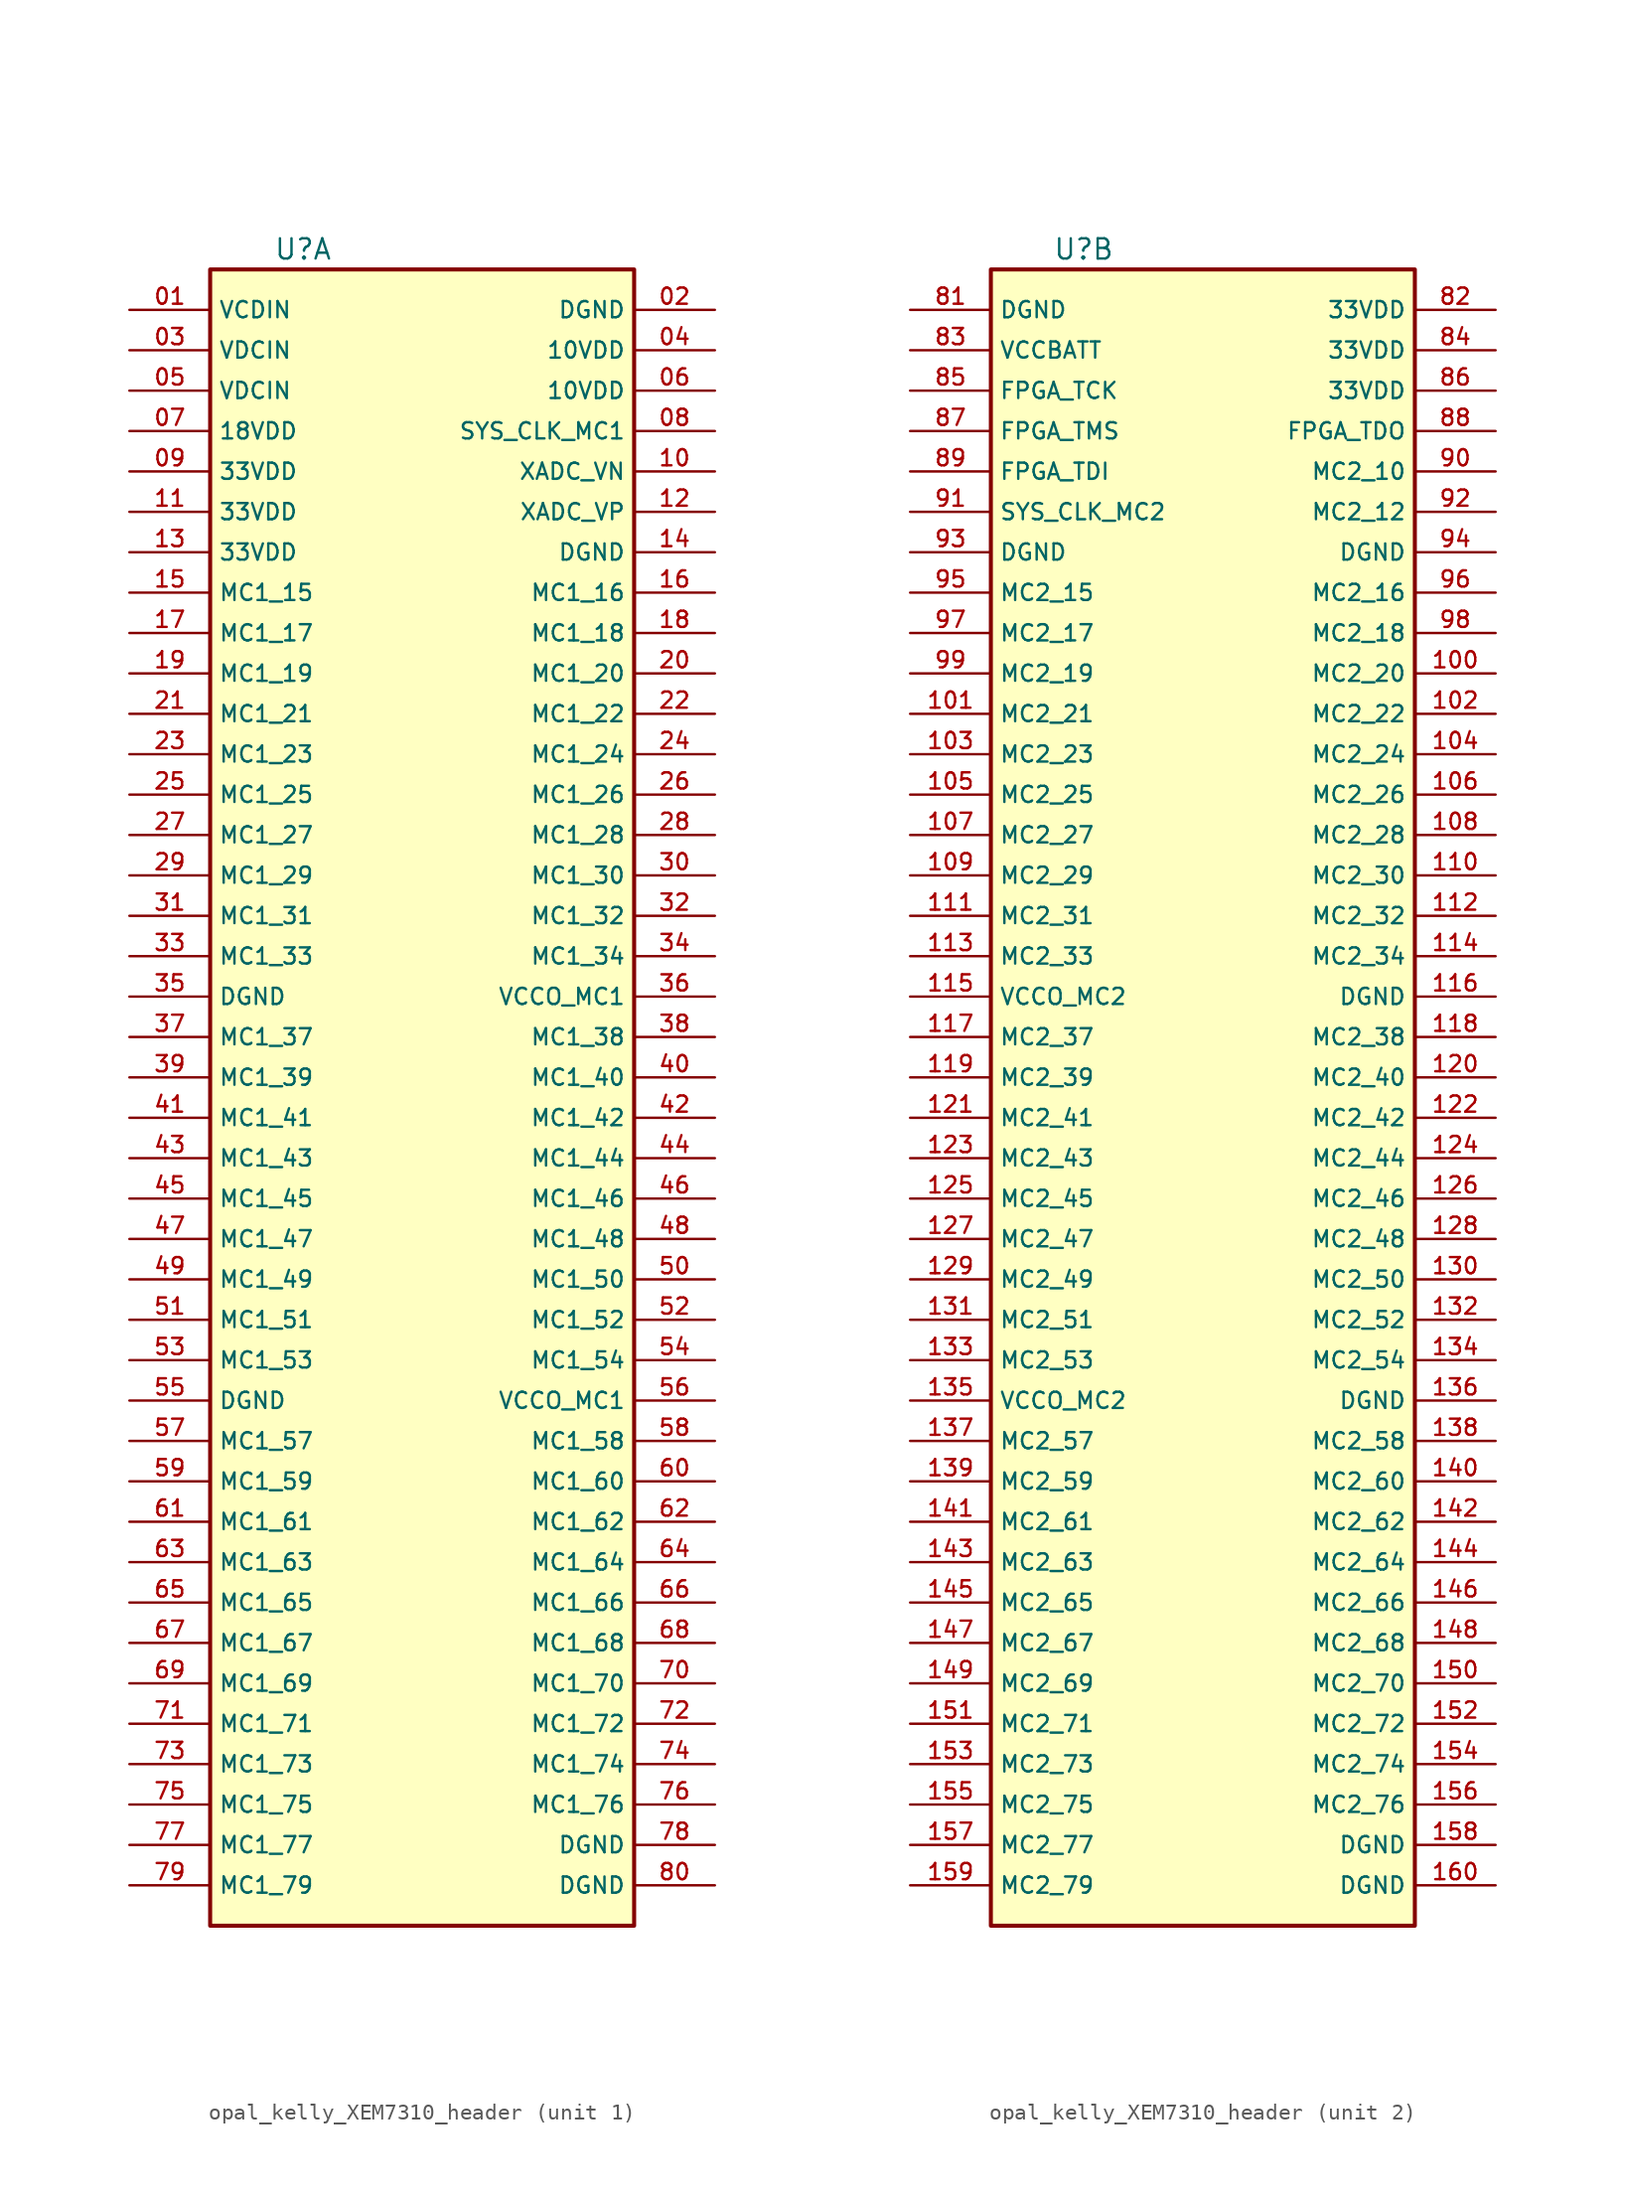
<source format=kicad_sym>
(kicad_symbol_lib
  (version 20231120)
  (generator "kicad_symbol_editor")
  (generator_version "8.0")
  (symbol "opal_kelly_XEM7310_header"
    (property "Reference" "U"
      (at -6.858 52.07 0)
      (effects (font (size 1.27 1.27))))
    (property "Value" ""
      (at 12.7 0 0)
      (effects (font (size 1.27 1.27))))
    (property "ki_locked" ""
      (at 0 0 0)
      (effects (font (size 1.27 1.27))))
    (symbol "opal_kelly_XEM7310_header_0_0"
      (rectangle (start -12.7 50.8) (end 13.97 -53.34) (stroke (width 0.254) (type default)) (fill (type background))))
    (symbol "opal_kelly_XEM7310_header_1_0"
      (pin passive line (at -17.78 48.26 0) (length 5.08) (name "VCDIN" (effects (font (size 1.016 1.016)))) (number "01" (effects (font (size 1.016 1.016)))))
      (pin passive line (at 19.05 48.26 180) (length 5.08) (name "DGND" (effects (font (size 1.016 1.016)))) (number "02" (effects (font (size 1.016 1.016)))))
      (pin passive line (at -17.78 45.72 0) (length 5.08) (name "VDCIN" (effects (font (size 1.016 1.016)))) (number "03" (effects (font (size 1.016 1.016)))))
      (pin passive line (at 19.05 45.72 180) (length 5.08) (name "10VDD" (effects (font (size 1.016 1.016)))) (number "04" (effects (font (size 1.016 1.016)))))
      (pin passive line (at -17.78 43.18 0) (length 5.08) (name "VDCIN" (effects (font (size 1.016 1.016)))) (number "05" (effects (font (size 1.016 1.016)))))
      (pin passive line (at 19.05 43.18 180) (length 5.08) (name "10VDD" (effects (font (size 1.016 1.016)))) (number "06" (effects (font (size 1.016 1.016)))))
      (pin passive line (at -17.78 40.64 0) (length 5.08) (name "18VDD" (effects (font (size 1.016 1.016)))) (number "07" (effects (font (size 1.016 1.016)))))
      (pin passive line (at 19.05 40.64 180) (length 5.08) (name "SYS_CLK_MC1" (effects (font (size 1.016 1.016)))) (number "08" (effects (font (size 1.016 1.016)))))
      (pin passive line (at -17.78 38.1 0) (length 5.08) (name "33VDD" (effects (font (size 1.016 1.016)))) (number "09" (effects (font (size 1.016 1.016)))))
      (pin passive line (at 19.05 38.1 180) (length 5.08) (name "XADC_VN" (effects (font (size 1.016 1.016)))) (number "10" (effects (font (size 1.016 1.016)))))
      (pin passive line (at -17.78 35.56 0) (length 5.08) (name "33VDD" (effects (font (size 1.016 1.016)))) (number "11" (effects (font (size 1.016 1.016)))))
      (pin passive line (at 19.05 35.56 180) (length 5.08) (name "XADC_VP" (effects (font (size 1.016 1.016)))) (number "12" (effects (font (size 1.016 1.016)))))
      (pin passive line (at -17.78 33.02 0) (length 5.08) (name "33VDD" (effects (font (size 1.016 1.016)))) (number "13" (effects (font (size 1.016 1.016)))))
      (pin passive line (at 19.05 33.02 180) (length 5.08) (name "DGND" (effects (font (size 1.016 1.016)))) (number "14" (effects (font (size 1.016 1.016)))))
      (pin passive line (at -17.78 30.48 0) (length 5.08) (name "MC1_15" (effects (font (size 1.016 1.016)))) (number "15" (effects (font (size 1.016 1.016)))))
      (pin passive line (at 19.05 30.48 180) (length 5.08) (name "MC1_16" (effects (font (size 1.016 1.016)))) (number "16" (effects (font (size 1.016 1.016)))))
      (pin passive line (at -17.78 27.94 0) (length 5.08) (name "MC1_17" (effects (font (size 1.016 1.016)))) (number "17" (effects (font (size 1.016 1.016)))))
      (pin passive line (at 19.05 27.94 180) (length 5.08) (name "MC1_18" (effects (font (size 1.016 1.016)))) (number "18" (effects (font (size 1.016 1.016)))))
      (pin passive line (at -17.78 25.4 0) (length 5.08) (name "MC1_19" (effects (font (size 1.016 1.016)))) (number "19" (effects (font (size 1.016 1.016)))))
      (pin passive line (at 19.05 25.4 180) (length 5.08) (name "MC1_20" (effects (font (size 1.016 1.016)))) (number "20" (effects (font (size 1.016 1.016)))))
      (pin passive line (at -17.78 22.86 0) (length 5.08) (name "MC1_21" (effects (font (size 1.016 1.016)))) (number "21" (effects (font (size 1.016 1.016)))))
      (pin passive line (at 19.05 22.86 180) (length 5.08) (name "MC1_22" (effects (font (size 1.016 1.016)))) (number "22" (effects (font (size 1.016 1.016)))))
      (pin passive line (at -17.78 20.32 0) (length 5.08) (name "MC1_23" (effects (font (size 1.016 1.016)))) (number "23" (effects (font (size 1.016 1.016)))))
      (pin passive line (at 19.05 20.32 180) (length 5.08) (name "MC1_24" (effects (font (size 1.016 1.016)))) (number "24" (effects (font (size 1.016 1.016)))))
      (pin passive line (at -17.78 17.78 0) (length 5.08) (name "MC1_25" (effects (font (size 1.016 1.016)))) (number "25" (effects (font (size 1.016 1.016)))))
      (pin passive line (at 19.05 17.78 180) (length 5.08) (name "MC1_26" (effects (font (size 1.016 1.016)))) (number "26" (effects (font (size 1.016 1.016)))))
      (pin passive line (at -17.78 15.24 0) (length 5.08) (name "MC1_27" (effects (font (size 1.016 1.016)))) (number "27" (effects (font (size 1.016 1.016)))))
      (pin passive line (at 19.05 15.24 180) (length 5.08) (name "MC1_28" (effects (font (size 1.016 1.016)))) (number "28" (effects (font (size 1.016 1.016)))))
      (pin passive line (at -17.78 12.7 0) (length 5.08) (name "MC1_29" (effects (font (size 1.016 1.016)))) (number "29" (effects (font (size 1.016 1.016)))))
      (pin passive line (at 19.05 12.7 180) (length 5.08) (name "MC1_30" (effects (font (size 1.016 1.016)))) (number "30" (effects (font (size 1.016 1.016)))))
      (pin passive line (at -17.78 10.16 0) (length 5.08) (name "MC1_31" (effects (font (size 1.016 1.016)))) (number "31" (effects (font (size 1.016 1.016)))))
      (pin passive line (at 19.05 10.16 180) (length 5.08) (name "MC1_32" (effects (font (size 1.016 1.016)))) (number "32" (effects (font (size 1.016 1.016)))))
      (pin passive line (at -17.78 7.62 0) (length 5.08) (name "MC1_33" (effects (font (size 1.016 1.016)))) (number "33" (effects (font (size 1.016 1.016)))))
      (pin passive line (at 19.05 7.62 180) (length 5.08) (name "MC1_34" (effects (font (size 1.016 1.016)))) (number "34" (effects (font (size 1.016 1.016)))))
      (pin passive line (at -17.78 5.08 0) (length 5.08) (name "DGND" (effects (font (size 1.016 1.016)))) (number "35" (effects (font (size 1.016 1.016)))))
      (pin passive line (at 19.05 5.08 180) (length 5.08) (name "VCCO_MC1" (effects (font (size 1.016 1.016)))) (number "36" (effects (font (size 1.016 1.016)))))
      (pin passive line (at -17.78 2.54 0) (length 5.08) (name "MC1_37" (effects (font (size 1.016 1.016)))) (number "37" (effects (font (size 1.016 1.016)))))
      (pin passive line (at 19.05 2.54 180) (length 5.08) (name "MC1_38" (effects (font (size 1.016 1.016)))) (number "38" (effects (font (size 1.016 1.016)))))
      (pin passive line (at -17.78 0 0) (length 5.08) (name "MC1_39" (effects (font (size 1.016 1.016)))) (number "39" (effects (font (size 1.016 1.016)))))
      (pin passive line (at 19.05 0 180) (length 5.08) (name "MC1_40" (effects (font (size 1.016 1.016)))) (number "40" (effects (font (size 1.016 1.016)))))
      (pin passive line (at -17.78 -2.54 0) (length 5.08) (name "MC1_41" (effects (font (size 1.016 1.016)))) (number "41" (effects (font (size 1.016 1.016)))))
      (pin passive line (at 19.05 -2.54 180) (length 5.08) (name "MC1_42" (effects (font (size 1.016 1.016)))) (number "42" (effects (font (size 1.016 1.016)))))
      (pin passive line (at -17.78 -5.08 0) (length 5.08) (name "MC1_43" (effects (font (size 1.016 1.016)))) (number "43" (effects (font (size 1.016 1.016)))))
      (pin passive line (at 19.05 -5.08 180) (length 5.08) (name "MC1_44" (effects (font (size 1.016 1.016)))) (number "44" (effects (font (size 1.016 1.016)))))
      (pin passive line (at -17.78 -7.62 0) (length 5.08) (name "MC1_45" (effects (font (size 1.016 1.016)))) (number "45" (effects (font (size 1.016 1.016)))))
      (pin passive line (at 19.05 -7.62 180) (length 5.08) (name "MC1_46" (effects (font (size 1.016 1.016)))) (number "46" (effects (font (size 1.016 1.016)))))
      (pin passive line (at -17.78 -10.16 0) (length 5.08) (name "MC1_47" (effects (font (size 1.016 1.016)))) (number "47" (effects (font (size 1.016 1.016)))))
      (pin passive line (at 19.05 -10.16 180) (length 5.08) (name "MC1_48" (effects (font (size 1.016 1.016)))) (number "48" (effects (font (size 1.016 1.016)))))
      (pin passive line (at -17.78 -12.7 0) (length 5.08) (name "MC1_49" (effects (font (size 1.016 1.016)))) (number "49" (effects (font (size 1.016 1.016)))))
      (pin passive line (at 19.05 -12.7 180) (length 5.08) (name "MC1_50" (effects (font (size 1.016 1.016)))) (number "50" (effects (font (size 1.016 1.016)))))
      (pin passive line (at -17.78 -15.24 0) (length 5.08) (name "MC1_51" (effects (font (size 1.016 1.016)))) (number "51" (effects (font (size 1.016 1.016)))))
      (pin passive line (at 19.05 -15.24 180) (length 5.08) (name "MC1_52" (effects (font (size 1.016 1.016)))) (number "52" (effects (font (size 1.016 1.016)))))
      (pin passive line (at -17.78 -17.78 0) (length 5.08) (name "MC1_53" (effects (font (size 1.016 1.016)))) (number "53" (effects (font (size 1.016 1.016)))))
      (pin passive line (at 19.05 -17.78 180) (length 5.08) (name "MC1_54" (effects (font (size 1.016 1.016)))) (number "54" (effects (font (size 1.016 1.016)))))
      (pin passive line (at -17.78 -20.32 0) (length 5.08) (name "DGND" (effects (font (size 1.016 1.016)))) (number "55" (effects (font (size 1.016 1.016)))))
      (pin passive line (at 19.05 -20.32 180) (length 5.08) (name "VCCO_MC1" (effects (font (size 1.016 1.016)))) (number "56" (effects (font (size 1.016 1.016)))))
      (pin passive line (at -17.78 -22.86 0) (length 5.08) (name "MC1_57" (effects (font (size 1.016 1.016)))) (number "57" (effects (font (size 1.016 1.016)))))
      (pin passive line (at 19.05 -22.86 180) (length 5.08) (name "MC1_58" (effects (font (size 1.016 1.016)))) (number "58" (effects (font (size 1.016 1.016)))))
      (pin passive line (at -17.78 -25.4 0) (length 5.08) (name "MC1_59" (effects (font (size 1.016 1.016)))) (number "59" (effects (font (size 1.016 1.016)))))
      (pin passive line (at 19.05 -25.4 180) (length 5.08) (name "MC1_60" (effects (font (size 1.016 1.016)))) (number "60" (effects (font (size 1.016 1.016)))))
      (pin passive line (at -17.78 -27.94 0) (length 5.08) (name "MC1_61" (effects (font (size 1.016 1.016)))) (number "61" (effects (font (size 1.016 1.016)))))
      (pin passive line (at 19.05 -27.94 180) (length 5.08) (name "MC1_62" (effects (font (size 1.016 1.016)))) (number "62" (effects (font (size 1.016 1.016)))))
      (pin passive line (at -17.78 -30.48 0) (length 5.08) (name "MC1_63" (effects (font (size 1.016 1.016)))) (number "63" (effects (font (size 1.016 1.016)))))
      (pin passive line (at 19.05 -30.48 180) (length 5.08) (name "MC1_64" (effects (font (size 1.016 1.016)))) (number "64" (effects (font (size 1.016 1.016)))))
      (pin passive line (at -17.78 -33.02 0) (length 5.08) (name "MC1_65" (effects (font (size 1.016 1.016)))) (number "65" (effects (font (size 1.016 1.016)))))
      (pin passive line (at 19.05 -33.02 180) (length 5.08) (name "MC1_66" (effects (font (size 1.016 1.016)))) (number "66" (effects (font (size 1.016 1.016)))))
      (pin passive line (at -17.78 -35.56 0) (length 5.08) (name "MC1_67" (effects (font (size 1.016 1.016)))) (number "67" (effects (font (size 1.016 1.016)))))
      (pin passive line (at 19.05 -35.56 180) (length 5.08) (name "MC1_68" (effects (font (size 1.016 1.016)))) (number "68" (effects (font (size 1.016 1.016)))))
      (pin passive line (at -17.78 -38.1 0) (length 5.08) (name "MC1_69" (effects (font (size 1.016 1.016)))) (number "69" (effects (font (size 1.016 1.016)))))
      (pin passive line (at 19.05 -38.1 180) (length 5.08) (name "MC1_70" (effects (font (size 1.016 1.016)))) (number "70" (effects (font (size 1.016 1.016)))))
      (pin passive line (at -17.78 -40.64 0) (length 5.08) (name "MC1_71" (effects (font (size 1.016 1.016)))) (number "71" (effects (font (size 1.016 1.016)))))
      (pin passive line (at 19.05 -40.64 180) (length 5.08) (name "MC1_72" (effects (font (size 1.016 1.016)))) (number "72" (effects (font (size 1.016 1.016)))))
      (pin passive line (at -17.78 -43.18 0) (length 5.08) (name "MC1_73" (effects (font (size 1.016 1.016)))) (number "73" (effects (font (size 1.016 1.016)))))
      (pin passive line (at 19.05 -43.18 180) (length 5.08) (name "MC1_74" (effects (font (size 1.016 1.016)))) (number "74" (effects (font (size 1.016 1.016)))))
      (pin passive line (at -17.78 -45.72 0) (length 5.08) (name "MC1_75" (effects (font (size 1.016 1.016)))) (number "75" (effects (font (size 1.016 1.016)))))
      (pin passive line (at 19.05 -45.72 180) (length 5.08) (name "MC1_76" (effects (font (size 1.016 1.016)))) (number "76" (effects (font (size 1.016 1.016)))))
      (pin passive line (at -17.78 -48.26 0) (length 5.08) (name "MC1_77" (effects (font (size 1.016 1.016)))) (number "77" (effects (font (size 1.016 1.016)))))
      (pin passive line (at 19.05 -48.26 180) (length 5.08) (name "DGND" (effects (font (size 1.016 1.016)))) (number "78" (effects (font (size 1.016 1.016)))))
      (pin passive line (at -17.78 -50.8 0) (length 5.08) (name "MC1_79" (effects (font (size 1.016 1.016)))) (number "79" (effects (font (size 1.016 1.016)))))
      (pin passive line (at 19.05 -50.8 180) (length 5.08) (name "DGND" (effects (font (size 1.016 1.016)))) (number "80" (effects (font (size 1.016 1.016))))))
    (symbol "opal_kelly_XEM7310_header_2_0"
      (pin passive line (at 19.05 25.4 180) (length 5.08) (name "MC2_20" (effects (font (size 1.016 1.016)))) (number "100" (effects (font (size 1.016 1.016)))))
      (pin passive line (at -17.78 22.86 0) (length 5.08) (name "MC2_21" (effects (font (size 1.016 1.016)))) (number "101" (effects (font (size 1.016 1.016)))))
      (pin passive line (at 19.05 22.86 180) (length 5.08) (name "MC2_22" (effects (font (size 1.016 1.016)))) (number "102" (effects (font (size 1.016 1.016)))))
      (pin passive line (at -17.78 20.32 0) (length 5.08) (name "MC2_23" (effects (font (size 1.016 1.016)))) (number "103" (effects (font (size 1.016 1.016)))))
      (pin passive line (at 19.05 20.32 180) (length 5.08) (name "MC2_24" (effects (font (size 1.016 1.016)))) (number "104" (effects (font (size 1.016 1.016)))))
      (pin passive line (at -17.78 17.78 0) (length 5.08) (name "MC2_25" (effects (font (size 1.016 1.016)))) (number "105" (effects (font (size 1.016 1.016)))))
      (pin passive line (at 19.05 17.78 180) (length 5.08) (name "MC2_26" (effects (font (size 1.016 1.016)))) (number "106" (effects (font (size 1.016 1.016)))))
      (pin passive line (at -17.78 15.24 0) (length 5.08) (name "MC2_27" (effects (font (size 1.016 1.016)))) (number "107" (effects (font (size 1.016 1.016)))))
      (pin passive line (at 19.05 15.24 180) (length 5.08) (name "MC2_28" (effects (font (size 1.016 1.016)))) (number "108" (effects (font (size 1.016 1.016)))))
      (pin passive line (at -17.78 12.7 0) (length 5.08) (name "MC2_29" (effects (font (size 1.016 1.016)))) (number "109" (effects (font (size 1.016 1.016)))))
      (pin passive line (at 19.05 12.7 180) (length 5.08) (name "MC2_30" (effects (font (size 1.016 1.016)))) (number "110" (effects (font (size 1.016 1.016)))))
      (pin passive line (at -17.78 10.16 0) (length 5.08) (name "MC2_31" (effects (font (size 1.016 1.016)))) (number "111" (effects (font (size 1.016 1.016)))))
      (pin passive line (at 19.05 10.16 180) (length 5.08) (name "MC2_32" (effects (font (size 1.016 1.016)))) (number "112" (effects (font (size 1.016 1.016)))))
      (pin passive line (at -17.78 7.62 0) (length 5.08) (name "MC2_33" (effects (font (size 1.016 1.016)))) (number "113" (effects (font (size 1.016 1.016)))))
      (pin passive line (at 19.05 7.62 180) (length 5.08) (name "MC2_34" (effects (font (size 1.016 1.016)))) (number "114" (effects (font (size 1.016 1.016)))))
      (pin passive line (at -17.78 5.08 0) (length 5.08) (name "VCCO_MC2" (effects (font (size 1.016 1.016)))) (number "115" (effects (font (size 1.016 1.016)))))
      (pin passive line (at 19.05 5.08 180) (length 5.08) (name "DGND" (effects (font (size 1.016 1.016)))) (number "116" (effects (font (size 1.016 1.016)))))
      (pin passive line (at -17.78 2.54 0) (length 5.08) (name "MC2_37" (effects (font (size 1.016 1.016)))) (number "117" (effects (font (size 1.016 1.016)))))
      (pin passive line (at 19.05 2.54 180) (length 5.08) (name "MC2_38" (effects (font (size 1.016 1.016)))) (number "118" (effects (font (size 1.016 1.016)))))
      (pin passive line (at -17.78 0 0) (length 5.08) (name "MC2_39" (effects (font (size 1.016 1.016)))) (number "119" (effects (font (size 1.016 1.016)))))
      (pin passive line (at 19.05 0 180) (length 5.08) (name "MC2_40" (effects (font (size 1.016 1.016)))) (number "120" (effects (font (size 1.016 1.016)))))
      (pin passive line (at -17.78 -2.54 0) (length 5.08) (name "MC2_41" (effects (font (size 1.016 1.016)))) (number "121" (effects (font (size 1.016 1.016)))))
      (pin passive line (at 19.05 -2.54 180) (length 5.08) (name "MC2_42" (effects (font (size 1.016 1.016)))) (number "122" (effects (font (size 1.016 1.016)))))
      (pin passive line (at -17.78 -5.08 0) (length 5.08) (name "MC2_43" (effects (font (size 1.016 1.016)))) (number "123" (effects (font (size 1.016 1.016)))))
      (pin passive line (at 19.05 -5.08 180) (length 5.08) (name "MC2_44" (effects (font (size 1.016 1.016)))) (number "124" (effects (font (size 1.016 1.016)))))
      (pin passive line (at -17.78 -7.62 0) (length 5.08) (name "MC2_45" (effects (font (size 1.016 1.016)))) (number "125" (effects (font (size 1.016 1.016)))))
      (pin passive line (at 19.05 -7.62 180) (length 5.08) (name "MC2_46" (effects (font (size 1.016 1.016)))) (number "126" (effects (font (size 1.016 1.016)))))
      (pin passive line (at -17.78 -10.16 0) (length 5.08) (name "MC2_47" (effects (font (size 1.016 1.016)))) (number "127" (effects (font (size 1.016 1.016)))))
      (pin passive line (at 19.05 -10.16 180) (length 5.08) (name "MC2_48" (effects (font (size 1.016 1.016)))) (number "128" (effects (font (size 1.016 1.016)))))
      (pin passive line (at -17.78 -12.7 0) (length 5.08) (name "MC2_49" (effects (font (size 1.016 1.016)))) (number "129" (effects (font (size 1.016 1.016)))))
      (pin passive line (at 19.05 -12.7 180) (length 5.08) (name "MC2_50" (effects (font (size 1.016 1.016)))) (number "130" (effects (font (size 1.016 1.016)))))
      (pin passive line (at -17.78 -15.24 0) (length 5.08) (name "MC2_51" (effects (font (size 1.016 1.016)))) (number "131" (effects (font (size 1.016 1.016)))))
      (pin passive line (at 19.05 -15.24 180) (length 5.08) (name "MC2_52" (effects (font (size 1.016 1.016)))) (number "132" (effects (font (size 1.016 1.016)))))
      (pin passive line (at -17.78 -17.78 0) (length 5.08) (name "MC2_53" (effects (font (size 1.016 1.016)))) (number "133" (effects (font (size 1.016 1.016)))))
      (pin passive line (at 19.05 -17.78 180) (length 5.08) (name "MC2_54" (effects (font (size 1.016 1.016)))) (number "134" (effects (font (size 1.016 1.016)))))
      (pin passive line (at -17.78 -20.32 0) (length 5.08) (name "VCCO_MC2" (effects (font (size 1.016 1.016)))) (number "135" (effects (font (size 1.016 1.016)))))
      (pin passive line (at 19.05 -20.32 180) (length 5.08) (name "DGND" (effects (font (size 1.016 1.016)))) (number "136" (effects (font (size 1.016 1.016)))))
      (pin passive line (at -17.78 -22.86 0) (length 5.08) (name "MC2_57" (effects (font (size 1.016 1.016)))) (number "137" (effects (font (size 1.016 1.016)))))
      (pin passive line (at 19.05 -22.86 180) (length 5.08) (name "MC2_58" (effects (font (size 1.016 1.016)))) (number "138" (effects (font (size 1.016 1.016)))))
      (pin passive line (at -17.78 -25.4 0) (length 5.08) (name "MC2_59" (effects (font (size 1.016 1.016)))) (number "139" (effects (font (size 1.016 1.016)))))
      (pin passive line (at 19.05 -25.4 180) (length 5.08) (name "MC2_60" (effects (font (size 1.016 1.016)))) (number "140" (effects (font (size 1.016 1.016)))))
      (pin passive line (at -17.78 -27.94 0) (length 5.08) (name "MC2_61" (effects (font (size 1.016 1.016)))) (number "141" (effects (font (size 1.016 1.016)))))
      (pin passive line (at 19.05 -27.94 180) (length 5.08) (name "MC2_62" (effects (font (size 1.016 1.016)))) (number "142" (effects (font (size 1.016 1.016)))))
      (pin passive line (at -17.78 -30.48 0) (length 5.08) (name "MC2_63" (effects (font (size 1.016 1.016)))) (number "143" (effects (font (size 1.016 1.016)))))
      (pin passive line (at 19.05 -30.48 180) (length 5.08) (name "MC2_64" (effects (font (size 1.016 1.016)))) (number "144" (effects (font (size 1.016 1.016)))))
      (pin passive line (at -17.78 -33.02 0) (length 5.08) (name "MC2_65" (effects (font (size 1.016 1.016)))) (number "145" (effects (font (size 1.016 1.016)))))
      (pin passive line (at 19.05 -33.02 180) (length 5.08) (name "MC2_66" (effects (font (size 1.016 1.016)))) (number "146" (effects (font (size 1.016 1.016)))))
      (pin passive line (at -17.78 -35.56 0) (length 5.08) (name "MC2_67" (effects (font (size 1.016 1.016)))) (number "147" (effects (font (size 1.016 1.016)))))
      (pin passive line (at 19.05 -35.56 180) (length 5.08) (name "MC2_68" (effects (font (size 1.016 1.016)))) (number "148" (effects (font (size 1.016 1.016)))))
      (pin passive line (at -17.78 -38.1 0) (length 5.08) (name "MC2_69" (effects (font (size 1.016 1.016)))) (number "149" (effects (font (size 1.016 1.016)))))
      (pin passive line (at 19.05 -38.1 180) (length 5.08) (name "MC2_70" (effects (font (size 1.016 1.016)))) (number "150" (effects (font (size 1.016 1.016)))))
      (pin passive line (at -17.78 -40.64 0) (length 5.08) (name "MC2_71" (effects (font (size 1.016 1.016)))) (number "151" (effects (font (size 1.016 1.016)))))
      (pin passive line (at 19.05 -40.64 180) (length 5.08) (name "MC2_72" (effects (font (size 1.016 1.016)))) (number "152" (effects (font (size 1.016 1.016)))))
      (pin passive line (at -17.78 -43.18 0) (length 5.08) (name "MC2_73" (effects (font (size 1.016 1.016)))) (number "153" (effects (font (size 1.016 1.016)))))
      (pin passive line (at 19.05 -43.18 180) (length 5.08) (name "MC2_74" (effects (font (size 1.016 1.016)))) (number "154" (effects (font (size 1.016 1.016)))))
      (pin passive line (at -17.78 -45.72 0) (length 5.08) (name "MC2_75" (effects (font (size 1.016 1.016)))) (number "155" (effects (font (size 1.016 1.016)))))
      (pin passive line (at 19.05 -45.72 180) (length 5.08) (name "MC2_76" (effects (font (size 1.016 1.016)))) (number "156" (effects (font (size 1.016 1.016)))))
      (pin passive line (at -17.78 -48.26 0) (length 5.08) (name "MC2_77" (effects (font (size 1.016 1.016)))) (number "157" (effects (font (size 1.016 1.016)))))
      (pin passive line (at 19.05 -48.26 180) (length 5.08) (name "DGND" (effects (font (size 1.016 1.016)))) (number "158" (effects (font (size 1.016 1.016)))))
      (pin passive line (at -17.78 -50.8 0) (length 5.08) (name "MC2_79" (effects (font (size 1.016 1.016)))) (number "159" (effects (font (size 1.016 1.016)))))
      (pin passive line (at 19.05 -50.8 180) (length 5.08) (name "DGND" (effects (font (size 1.016 1.016)))) (number "160" (effects (font (size 1.016 1.016)))))
      (pin passive line (at -17.78 48.26 0) (length 5.08) (name "DGND" (effects (font (size 1.016 1.016)))) (number "81" (effects (font (size 1.016 1.016)))))
      (pin passive line (at 19.05 48.26 180) (length 5.08) (name "33VDD" (effects (font (size 1.016 1.016)))) (number "82" (effects (font (size 1.016 1.016)))))
      (pin passive line (at -17.78 45.72 0) (length 5.08) (name "VCCBATT" (effects (font (size 1.016 1.016)))) (number "83" (effects (font (size 1.016 1.016)))))
      (pin passive line (at 19.05 45.72 180) (length 5.08) (name "33VDD" (effects (font (size 1.016 1.016)))) (number "84" (effects (font (size 1.016 1.016)))))
      (pin passive line (at -17.78 43.18 0) (length 5.08) (name "FPGA_TCK" (effects (font (size 1.016 1.016)))) (number "85" (effects (font (size 1.016 1.016)))))
      (pin passive line (at 19.05 43.18 180) (length 5.08) (name "33VDD" (effects (font (size 1.016 1.016)))) (number "86" (effects (font (size 1.016 1.016)))))
      (pin passive line (at -17.78 40.64 0) (length 5.08) (name "FPGA_TMS" (effects (font (size 1.016 1.016)))) (number "87" (effects (font (size 1.016 1.016)))))
      (pin passive line (at 19.05 40.64 180) (length 5.08) (name "FPGA_TDO" (effects (font (size 1.016 1.016)))) (number "88" (effects (font (size 1.016 1.016)))))
      (pin passive line (at -17.78 38.1 0) (length 5.08) (name "FPGA_TDI" (effects (font (size 1.016 1.016)))) (number "89" (effects (font (size 1.016 1.016)))))
      (pin passive line (at 19.05 38.1 180) (length 5.08) (name "MC2_10" (effects (font (size 1.016 1.016)))) (number "90" (effects (font (size 1.016 1.016)))))
      (pin passive line (at -17.78 35.56 0) (length 5.08) (name "SYS_CLK_MC2" (effects (font (size 1.016 1.016)))) (number "91" (effects (font (size 1.016 1.016)))))
      (pin passive line (at 19.05 35.56 180) (length 5.08) (name "MC2_12" (effects (font (size 1.016 1.016)))) (number "92" (effects (font (size 1.016 1.016)))))
      (pin passive line (at -17.78 33.02 0) (length 5.08) (name "DGND" (effects (font (size 1.016 1.016)))) (number "93" (effects (font (size 1.016 1.016)))))
      (pin passive line (at 19.05 33.02 180) (length 5.08) (name "DGND" (effects (font (size 1.016 1.016)))) (number "94" (effects (font (size 1.016 1.016)))))
      (pin passive line (at -17.78 30.48 0) (length 5.08) (name "MC2_15" (effects (font (size 1.016 1.016)))) (number "95" (effects (font (size 1.016 1.016)))))
      (pin passive line (at 19.05 30.48 180) (length 5.08) (name "MC2_16" (effects (font (size 1.016 1.016)))) (number "96" (effects (font (size 1.016 1.016)))))
      (pin passive line (at -17.78 27.94 0) (length 5.08) (name "MC2_17" (effects (font (size 1.016 1.016)))) (number "97" (effects (font (size 1.016 1.016)))))
      (pin passive line (at 19.05 27.94 180) (length 5.08) (name "MC2_18" (effects (font (size 1.016 1.016)))) (number "98" (effects (font (size 1.016 1.016)))))
      (pin passive line (at -17.78 25.4 0) (length 5.08) (name "MC2_19" (effects (font (size 1.016 1.016)))) (number "99" (effects (font (size 1.016 1.016))))))))
</source>
